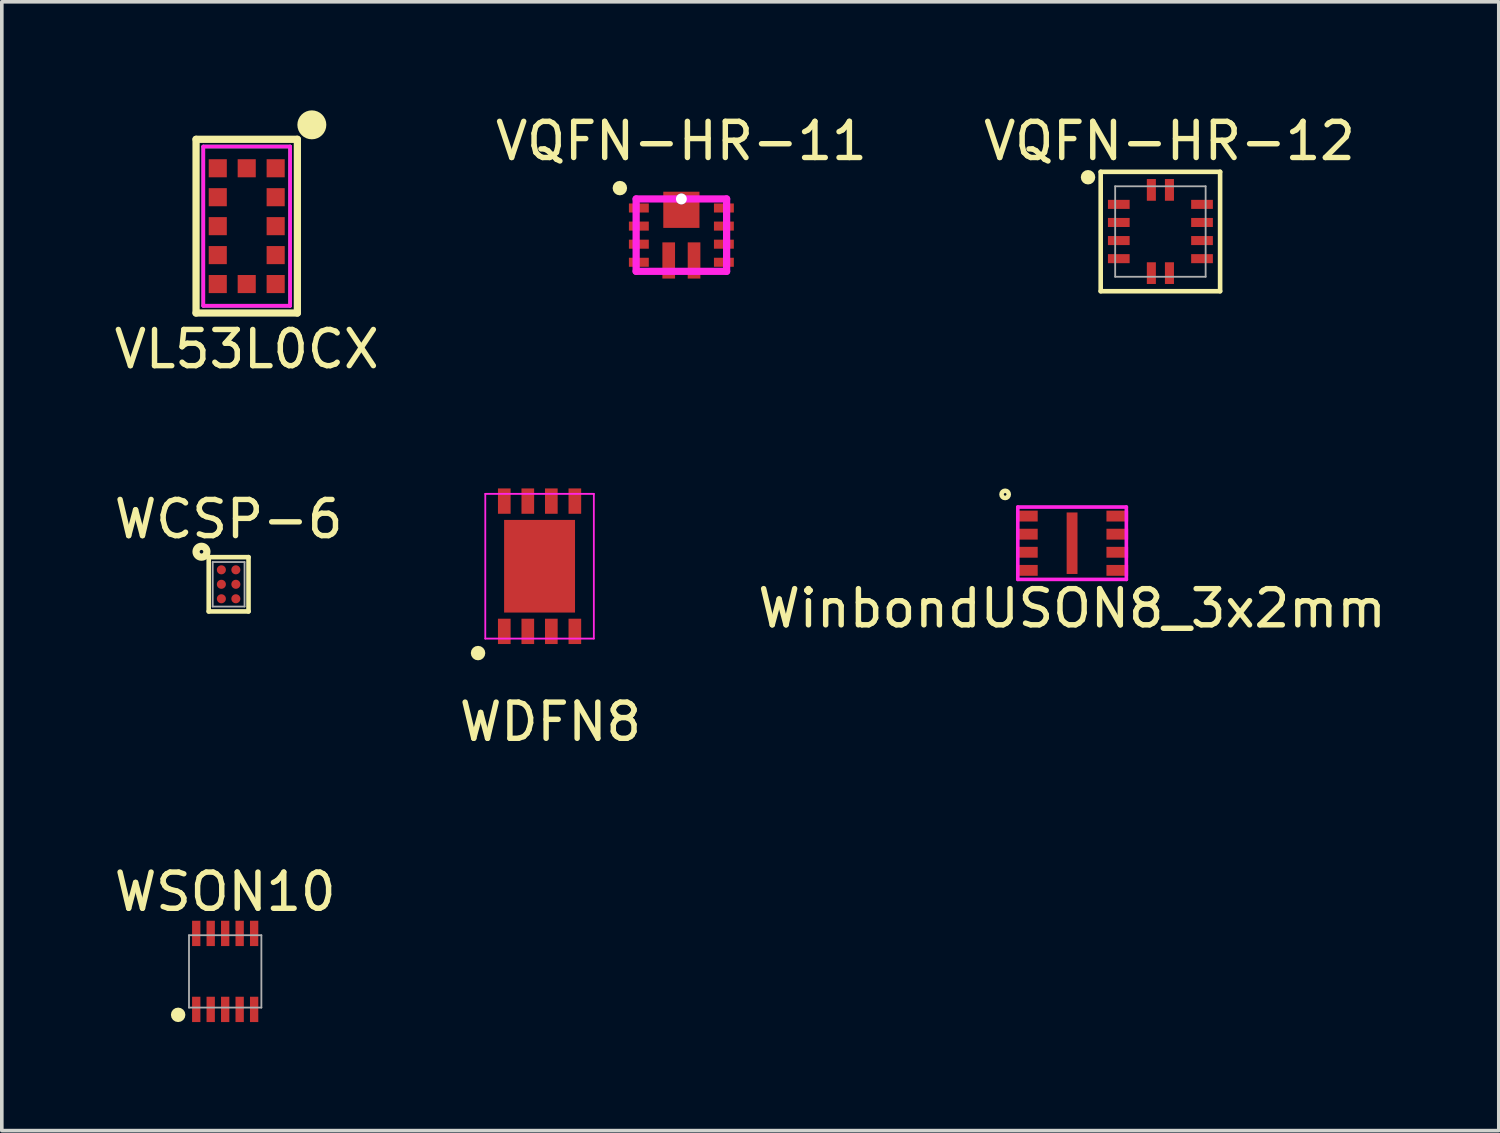
<source format=kicad_pcb>
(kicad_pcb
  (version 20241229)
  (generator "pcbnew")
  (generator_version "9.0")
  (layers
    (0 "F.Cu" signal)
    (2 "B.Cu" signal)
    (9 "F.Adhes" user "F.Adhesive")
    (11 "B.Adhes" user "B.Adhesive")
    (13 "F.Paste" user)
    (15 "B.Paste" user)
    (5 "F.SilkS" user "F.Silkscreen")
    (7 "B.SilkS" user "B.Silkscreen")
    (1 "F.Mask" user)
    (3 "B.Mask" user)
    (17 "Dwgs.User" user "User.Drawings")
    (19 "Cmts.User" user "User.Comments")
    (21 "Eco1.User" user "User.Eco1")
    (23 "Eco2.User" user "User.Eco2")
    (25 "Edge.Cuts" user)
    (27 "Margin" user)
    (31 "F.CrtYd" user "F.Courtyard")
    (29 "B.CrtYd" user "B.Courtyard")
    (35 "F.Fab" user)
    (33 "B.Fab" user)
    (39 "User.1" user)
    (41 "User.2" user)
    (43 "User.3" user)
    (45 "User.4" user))
  (footprint "VL53L0CX"
    (layer "F.Cu")
    (at 3.768 3.2)
    (property "Reference" "VL53L0CX" (at 0 3.4 0) (layer "F.SilkS") (effects (font (size 1 1) (thickness 0.15))))
    (attr smd)
    (fp_line (start -1.4 -2.4) (end 1.4 -2.4) (stroke (width 0.2) (type solid)) (layer "F.SilkS"))
    (fp_line (start -1.4 2.4) (end -1.4 -2.4) (stroke (width 0.2) (type solid)) (layer "F.SilkS"))
    (fp_line (start 1.4 -2.4) (end 1.4 2.4) (stroke (width 0.2) (type solid)) (layer "F.SilkS"))
    (fp_line (start 1.4 2.4) (end -1.4 2.4) (stroke (width 0.2) (type solid)) (layer "F.SilkS"))
    (fp_circle (center 1.8 -2.8) (end 1.8 -3) (stroke (width 0.4) (type solid)) (fill no) (layer "F.SilkS"))
    (fp_line (start -1.2 -2.2) (end 1.2 -2.2) (stroke (width 0.1) (type solid)) (layer "F.CrtYd"))
    (fp_line (start -1.2 2.2) (end -1.2 -2.2) (stroke (width 0.1) (type solid)) (layer "F.CrtYd"))
    (fp_line (start 1.2 -2.2) (end 1.2 2.2) (stroke (width 0.1) (type solid)) (layer "F.CrtYd"))
    (fp_line (start 1.2 2.2) (end -1.2 2.2) (stroke (width 0.1) (type solid)) (layer "F.CrtYd"))
    (fp_line (start -1.2 -2.2) (end 1.2 -2.2) (stroke (width 0.1) (type solid)) (layer "F.Fab"))
    (fp_line (start -1.2 2.2) (end -1.2 -2.2) (stroke (width 0.1) (type solid)) (layer "F.Fab"))
    (fp_line (start 1.2 -2.2) (end 1.2 2.2) (stroke (width 0.1) (type solid)) (layer "F.Fab"))
    (fp_line (start 1.2 2.2) (end -1.2 2.2) (stroke (width 0.1) (type solid)) (layer "F.Fab"))
    (pad "" smd rect (at -0.8 -1.6) (size 0.45 0.45) (layers "F.Paste"))
    (pad "" smd rect (at -0.8 -0.8) (size 0.45 0.45) (layers "F.Paste"))
    (pad "" smd rect (at -0.8 0) (size 0.45 0.45) (layers "F.Paste"))
    (pad "" smd rect (at -0.8 0.8) (size 0.45 0.45) (layers "F.Paste"))
    (pad "" smd rect (at -0.8 1.6) (size 0.45 0.45) (layers "F.Paste"))
    (pad "" smd rect (at 0 -1.6) (size 0.45 0.45) (layers "F.Paste"))
    (pad "" smd rect (at 0 1.6) (size 0.45 0.45) (layers "F.Paste"))
    (pad "" smd rect (at 0.8 -1.6) (size 0.45 0.45) (layers "F.Paste"))
    (pad "" smd rect (at 0.8 -0.8) (size 0.45 0.45) (layers "F.Paste"))
    (pad "" smd rect (at 0.8 0) (size 0.45 0.45) (layers "F.Paste"))
    (pad "" smd rect (at 0.8 0.8) (size 0.45 0.45) (layers "F.Paste"))
    (pad "" smd rect (at 0.8 1.6) (size 0.45 0.45) (layers "F.Paste"))
    (pad "1" smd rect (at 0.8 -1.6) (size 0.5 0.5) (layers "F.Cu" "F.Mask"))
    (pad "2" smd rect (at 0.8 -0.8) (size 0.5 0.5) (layers "F.Cu" "F.Mask"))
    (pad "3" smd rect (at 0.8 0) (size 0.5 0.5) (layers "F.Cu" "F.Mask"))
    (pad "4" smd rect (at 0.8 0.8) (size 0.5 0.5) (layers "F.Cu" "F.Mask"))
    (pad "5" smd rect (at 0.8 1.6) (size 0.5 0.5) (layers "F.Cu" "F.Mask"))
    (pad "6" smd rect (at 0 1.6) (size 0.5 0.5) (layers "F.Cu" "F.Mask"))
    (pad "7" smd rect (at -0.8 1.6) (size 0.5 0.5) (layers "F.Cu" "F.Mask"))
    (pad "8" smd rect (at -0.8 0.8) (size 0.5 0.5) (layers "F.Cu" "F.Mask"))
    (pad "9" smd rect (at -0.8 0) (size 0.5 0.5) (layers "F.Cu" "F.Mask"))
    (pad "10" smd rect (at -0.8 -0.8) (size 0.5 0.5) (layers "F.Cu" "F.Mask"))
    (pad "11" smd rect (at -0.8 -1.6) (size 0.5 0.5) (layers "F.Cu" "F.Mask"))
    (pad "12" smd rect (at 0 -1.6) (size 0.5 0.5) (layers "F.Cu" "F.Mask")))
  (footprint "WCSP-6"
    (layer "F.Cu")
    (at 3.268 13.097)
    (property "Reference" "WCSP-6" (at 0 -1.8 0) (layer "F.SilkS") (effects (font (size 1 1) (thickness 0.15))))
    (attr through_hole)
    (fp_line (start -0.55 -0.75) (end -0.55 0.75) (stroke (width 0.127) (type solid)) (layer "F.SilkS"))
    (fp_line (start -0.55 -0.75) (end 0.55 -0.75) (stroke (width 0.127) (type solid)) (layer "F.SilkS"))
    (fp_line (start -0.55 0.75) (end 0.55 0.75) (stroke (width 0.127) (type solid)) (layer "F.SilkS"))
    (fp_line (start 0.55 0.75) (end 0.55 -0.75) (stroke (width 0.127) (type solid)) (layer "F.SilkS"))
    (fp_circle (center -0.75 -0.9) (end -0.75 -0.95) (stroke (width 0.2) (type solid)) (fill no) (layer "F.SilkS"))
    (fp_line (start -0.44 -0.615) (end -0.44 0.615) (stroke (width 0.05) (type solid)) (layer "F.Fab"))
    (fp_line (start -0.44 -0.615) (end 0.44 -0.615) (stroke (width 0.05) (type solid)) (layer "F.Fab"))
    (fp_line (start -0.44 0.615) (end 0.44 0.615) (stroke (width 0.05) (type solid)) (layer "F.Fab"))
    (fp_line (start 0.44 -0.615) (end 0.44 0.615) (stroke (width 0.05) (type solid)) (layer "F.Fab"))
    (pad "A1" smd circle (at -0.2 -0.4 90) (size 0.25 0.25) (layers "F.Cu" "F.Mask" "F.Paste"))
    (pad "A2" smd circle (at 0.2 -0.4 90) (size 0.25 0.25) (layers "F.Cu" "F.Mask" "F.Paste"))
    (pad "B1" smd circle (at -0.2 0 90) (size 0.25 0.25) (layers "F.Cu" "F.Mask" "F.Paste"))
    (pad "B2" smd circle (at 0.2 0 90) (size 0.25 0.25) (layers "F.Cu" "F.Mask" "F.Paste"))
    (pad "C1" smd circle (at -0.2 0.4 90) (size 0.25 0.25) (layers "F.Cu" "F.Mask" "F.Paste"))
    (pad "C2" smd circle (at 0.2 0.4 90) (size 0.25 0.25) (layers "F.Cu" "F.Mask" "F.Paste")))
  (footprint "VQFN-HR-12"
    (layer "F.Cu")
    (at 29.018 3.348)
    (property "Reference" "VQFN-HR-12" (at 0.25 -2.5 0) (layer "F.SilkS") (effects (font (size 1 1) (thickness 0.15))))
    (attr smd)
    (fp_line (start -1.65 -1.65) (end -1.65 1.65) (stroke (width 0.127) (type solid)) (layer "F.SilkS"))
    (fp_line (start -1.65 -1.65) (end 1.65 -1.65) (stroke (width 0.127) (type solid)) (layer "F.SilkS"))
    (fp_line (start -1.65 1.65) (end 1.65 1.65) (stroke (width 0.127) (type solid)) (layer "F.SilkS"))
    (fp_line (start 1.65 1.65) (end 1.65 -1.65) (stroke (width 0.127) (type solid)) (layer "F.SilkS"))
    (fp_circle (center -2 -1.5) (end -1.9 -1.5) (stroke (width 0.2) (type solid)) (fill no) (layer "F.SilkS"))
    (fp_line (start -1.25 -1.25) (end 1.25 -1.25) (stroke (width 0.05) (type solid)) (layer "F.Fab"))
    (fp_line (start -1.25 1.25) (end -1.25 -1.25) (stroke (width 0.05) (type solid)) (layer "F.Fab"))
    (fp_line (start 1.25 -1.25) (end 1.25 1.25) (stroke (width 0.05) (type solid)) (layer "F.Fab"))
    (fp_line (start 1.25 1.25) (end -1.25 1.25) (stroke (width 0.05) (type solid)) (layer "F.Fab"))
    (pad "1" smd rect (at -1.15 -0.75) (size 0.6 0.25) (layers "F.Cu" "F.Mask" "F.Paste"))
    (pad "2" smd rect (at -1.15 -0.25) (size 0.6 0.25) (layers "F.Cu" "F.Mask" "F.Paste"))
    (pad "3" smd rect (at -1.15 0.25) (size 0.6 0.25) (layers "F.Cu" "F.Mask" "F.Paste"))
    (pad "4" smd rect (at -1.15 0.75) (size 0.6 0.25) (layers "F.Cu" "F.Mask" "F.Paste"))
    (pad "5" smd rect (at -0.25 1.15 90) (size 0.6 0.25) (layers "F.Cu" "F.Mask" "F.Paste"))
    (pad "6" smd rect (at 0.25 1.15 90) (size 0.6 0.25) (layers "F.Cu" "F.Mask" "F.Paste"))
    (pad "7" smd rect (at 1.15 0.75) (size 0.6 0.25) (layers "F.Cu" "F.Mask" "F.Paste"))
    (pad "8" smd rect (at 1.15 0.25) (size 0.6 0.25) (layers "F.Cu" "F.Mask" "F.Paste"))
    (pad "9" smd rect (at 1.15 -0.25) (size 0.6 0.25) (layers "F.Cu" "F.Mask" "F.Paste"))
    (pad "10" smd rect (at 1.15 -0.75) (size 0.6 0.25) (layers "F.Cu" "F.Mask" "F.Paste"))
    (pad "11" smd rect (at 0.25 -1.15 90) (size 0.6 0.25) (layers "F.Cu" "F.Mask" "F.Paste"))
    (pad "12" smd rect (at -0.25 -1.15 90) (size 0.6 0.25) (layers "F.Cu" "F.Mask" "F.Paste")))
  (footprint "WinbondUSON8_3x2mm"
    (layer "F.Cu")
    (at 26.577 11.962)
    (property "Reference" "WinbondUSON8_3x2mm" (at 0 1.8 0) (layer "F.SilkS") (effects (font (size 1 1) (thickness 0.15))))
    (attr through_hole)
    (fp_circle (center -1.85 -1.35) (end -1.75 -1.35) (stroke (width 0.127) (type solid)) (fill no) (layer "F.SilkS"))
    (fp_line (start -1.5 -1) (end 1.5 -1) (stroke (width 0.1) (type solid)) (layer "F.CrtYd"))
    (fp_line (start -1.5 1) (end -1.5 -1) (stroke (width 0.1) (type solid)) (layer "F.CrtYd"))
    (fp_line (start 1.5 -1) (end 1.5 1) (stroke (width 0.1) (type solid)) (layer "F.CrtYd"))
    (fp_line (start 1.5 1) (end -1.5 1) (stroke (width 0.1) (type solid)) (layer "F.CrtYd"))
    (pad "" smd rect (at -1.4 -0.75) (size 0.55 0.2) (drill (offset 0.025 0)) (layers "F.Paste"))
    (pad "" smd rect (at -1.4 -0.25) (size 0.55 0.2) (drill (offset 0.025 0)) (layers "F.Paste"))
    (pad "" smd rect (at -1.4 0.25) (size 0.55 0.2) (drill (offset 0.025 0)) (layers "F.Paste"))
    (pad "" smd rect (at -1.4 0.75) (size 0.55 0.2) (drill (offset 0.025 0)) (layers "F.Paste"))
    (pad "" smd rect (at 0 -0.35) (size 0.2 0.5) (layers "F.Paste"))
    (pad "" smd rect (at 0 0) (size 0.3 1.7) (layers "F.Cu" "F.Mask"))
    (pad "" smd rect (at 0 0.35) (size 0.2 0.5) (layers "F.Paste"))
    (pad "" smd rect (at 1.4 -0.75) (size 0.55 0.2) (drill (offset -0.025 0)) (layers "F.Paste"))
    (pad "" smd rect (at 1.4 -0.25) (size 0.55 0.2) (drill (offset -0.025 0)) (layers "F.Paste"))
    (pad "" smd rect (at 1.4 0.25) (size 0.55 0.2) (drill (offset -0.025 0)) (layers "F.Paste"))
    (pad "" smd rect (at 1.4 0.75) (size 0.55 0.2) (drill (offset -0.025 0)) (layers "F.Paste"))
    (pad "1" smd rect (at -1.25 -0.75) (size 0.6 0.3) (layers "F.Cu" "F.Mask"))
    (pad "2" smd rect (at -1.25 -0.25) (size 0.6 0.3) (layers "F.Cu" "F.Mask"))
    (pad "3" smd rect (at -1.25 0.25) (size 0.6 0.3) (layers "F.Cu" "F.Mask"))
    (pad "4" smd rect (at -1.25 0.75) (size 0.6 0.3) (layers "F.Cu" "F.Mask"))
    (pad "5" smd rect (at 1.25 0.75) (size 0.6 0.3) (layers "F.Cu" "F.Mask"))
    (pad "6" smd rect (at 1.25 0.25) (size 0.6 0.3) (layers "F.Cu" "F.Mask"))
    (pad "7" smd rect (at 1.25 -0.25) (size 0.6 0.3) (layers "F.Cu" "F.Mask"))
    (pad "8" smd rect (at 1.25 -0.75) (size 0.6 0.3) (layers "F.Cu" "F.Mask")))
  (footprint "VQFN-HR-11"
    (layer "F.Cu")
    (at 15.78 3.448)
    (property "Reference" "VQFN-HR-11" (at 0 -2.6 0) (layer "F.SilkS") (effects (font (size 1 1) (thickness 0.15))))
    (attr through_hole)
    (fp_circle (center -1.7 -1.3) (end -1.8 -1.3) (stroke (width 0.2) (type solid)) (fill no) (layer "F.SilkS"))
    (fp_line (start -1.25 -1) (end 1.25 -1) (stroke (width 0.2) (type solid)) (layer "F.CrtYd"))
    (fp_line (start -1.25 1) (end -1.25 -1) (stroke (width 0.2) (type solid)) (layer "F.CrtYd"))
    (fp_line (start 1.25 -1) (end 1.25 1) (stroke (width 0.2) (type solid)) (layer "F.CrtYd"))
    (fp_line (start 1.25 1) (end -1.25 1) (stroke (width 0.2) (type solid)) (layer "F.CrtYd"))
    (pad "1" smd rect (at -1.175 -0.75) (size 0.55 0.25) (layers "F.Cu" "F.Mask" "F.Paste"))
    (pad "2" smd rect (at -1.175 -0.25) (size 0.55 0.25) (layers "F.Cu" "F.Mask" "F.Paste"))
    (pad "3" smd rect (at -1.175 0.25) (size 0.55 0.25) (layers "F.Cu" "F.Mask" "F.Paste"))
    (pad "4" smd rect (at -1.175 0.75) (size 0.55 0.25) (layers "F.Cu" "F.Mask" "F.Paste"))
    (pad "5" smd rect (at -0.35 0.7) (size 0.35 1) (layers "F.Cu" "F.Mask" "F.Paste"))
    (pad "6" smd rect (at 0.35 0.7) (size 0.35 1) (layers "F.Cu" "F.Mask" "F.Paste"))
    (pad "7" smd rect (at 1.175 0.75) (size 0.55 0.25) (layers "F.Cu" "F.Mask" "F.Paste"))
    (pad "8" smd rect (at 1.175 0.25) (size 0.55 0.25) (layers "F.Cu" "F.Mask" "F.Paste"))
    (pad "9" smd rect (at 1.175 -0.25) (size 0.55 0.25) (layers "F.Cu" "F.Mask" "F.Paste"))
    (pad "10" smd rect (at 1.175 -0.75) (size 0.55 0.25) (layers "F.Cu" "F.Mask" "F.Paste"))
    (pad "11" thru_hole circle (at 0 -1) (size 0.3 0.3) (drill 0.3) (layers "*.Cu" "*.Mask"))
    (pad "11" smd rect (at 0 -0.7) (size 1 1) (layers "F.Cu" "F.Mask" "F.Paste")))
  (footprint "WDFN8"
    (layer "F.Cu")
    (at 11.861 12.598)
    (property "Reference" "WDFN8" (at 0.3 4.3 0) (layer "F.SilkS") (effects (font (size 1 1) (thickness 0.15))))
    (attr through_hole)
    (fp_circle (center -1.7 2.4) (end -1.7 2.3) (stroke (width 0.2) (type solid)) (fill no) (layer "F.SilkS"))
    (fp_line (start -1.5 -2) (end 1.5 -2) (stroke (width 0.05) (type solid)) (layer "F.CrtYd"))
    (fp_line (start -1.5 2) (end -1.5 -2) (stroke (width 0.05) (type solid)) (layer "F.CrtYd"))
    (fp_line (start 1.5 -2) (end 1.5 2) (stroke (width 0.05) (type solid)) (layer "F.CrtYd"))
    (fp_line (start 1.5 2) (end -1.5 2) (stroke (width 0.05) (type solid)) (layer "F.CrtYd"))
    (pad "" smd rect (at 0 0) (size 1.96 2.56) (layers "F.Cu" "F.Mask" "F.Paste"))
    (pad "1" smd rect (at -0.975 1.8) (size 0.35 0.7) (layers "F.Cu" "F.Mask" "F.Paste"))
    (pad "2" smd rect (at -0.325 1.8) (size 0.35 0.7) (layers "F.Cu" "F.Mask" "F.Paste"))
    (pad "3" smd rect (at 0.325 1.8) (size 0.35 0.7) (layers "F.Cu" "F.Mask" "F.Paste"))
    (pad "4" smd rect (at 0.975 1.8) (size 0.35 0.7) (layers "F.Cu" "F.Mask" "F.Paste"))
    (pad "5" smd rect (at 0.975 -1.8) (size 0.35 0.7) (layers "F.Cu" "F.Mask" "F.Paste"))
    (pad "6" smd rect (at 0.325 -1.8) (size 0.35 0.7) (layers "F.Cu" "F.Mask" "F.Paste"))
    (pad "7" smd rect (at -0.325 -1.8) (size 0.35 0.7) (layers "F.Cu" "F.Mask" "F.Paste"))
    (pad "8" smd rect (at -0.975 -1.8) (size 0.35 0.7) (layers "F.Cu" "F.Mask" "F.Paste")))
  (footprint "WSON10"
    (layer "F.Cu")
    (at 3.173 23.795)
    (property "Reference" "WSON10" (at 0 -2.2 0) (layer "F.SilkS") (effects (font (size 1 1) (thickness 0.15))))
    (attr through_hole)
    (fp_circle (center -1.3 1.2) (end -1.3 1.1) (stroke (width 0.2) (type solid)) (fill no) (layer "F.SilkS"))
    (fp_line (start -1 -1) (end 1 -1) (stroke (width 0.05) (type solid)) (layer "F.Fab"))
    (fp_line (start -1 1) (end -1 -1) (stroke (width 0.05) (type solid)) (layer "F.Fab"))
    (fp_line (start 1 -1) (end 1 1) (stroke (width 0.05) (type solid)) (layer "F.Fab"))
    (fp_line (start 1 1) (end -1 1) (stroke (width 0.05) (type solid)) (layer "F.Fab"))
    (pad "1" smd rect (at -0.8 1.05) (size 0.23 0.7) (layers "F.Cu" "F.Mask" "F.Paste"))
    (pad "2" smd rect (at -0.4 1.05) (size 0.23 0.7) (layers "F.Cu" "F.Mask" "F.Paste"))
    (pad "3" smd rect (at 0 1.05) (size 0.23 0.7) (layers "F.Cu" "F.Mask" "F.Paste"))
    (pad "4" smd rect (at 0.4 1.05) (size 0.23 0.7) (layers "F.Cu" "F.Mask" "F.Paste"))
    (pad "5" smd rect (at 0.8 1.05) (size 0.23 0.7) (layers "F.Cu" "F.Mask" "F.Paste"))
    (pad "6" smd rect (at 0.8 -1.05) (size 0.23 0.7) (layers "F.Cu" "F.Mask" "F.Paste"))
    (pad "7" smd rect (at 0.4 -1.05) (size 0.23 0.7) (layers "F.Cu" "F.Mask" "F.Paste"))
    (pad "8" smd rect (at 0 -1.05) (size 0.23 0.7) (layers "F.Cu" "F.Mask" "F.Paste"))
    (pad "9" smd rect (at -0.4 -1.05) (size 0.23 0.7) (layers "F.Cu" "F.Mask" "F.Paste"))
    (pad "10" smd rect (at -0.8 -1.05) (size 0.23 0.7) (layers "F.Cu" "F.Mask" "F.Paste")))
  (gr_rect
    (start -3 -3)
    (end 38.369 28.195)
    (stroke (width 0.1) (type default))
    (fill no)
    (layer "Edge.Cuts")))
</source>
